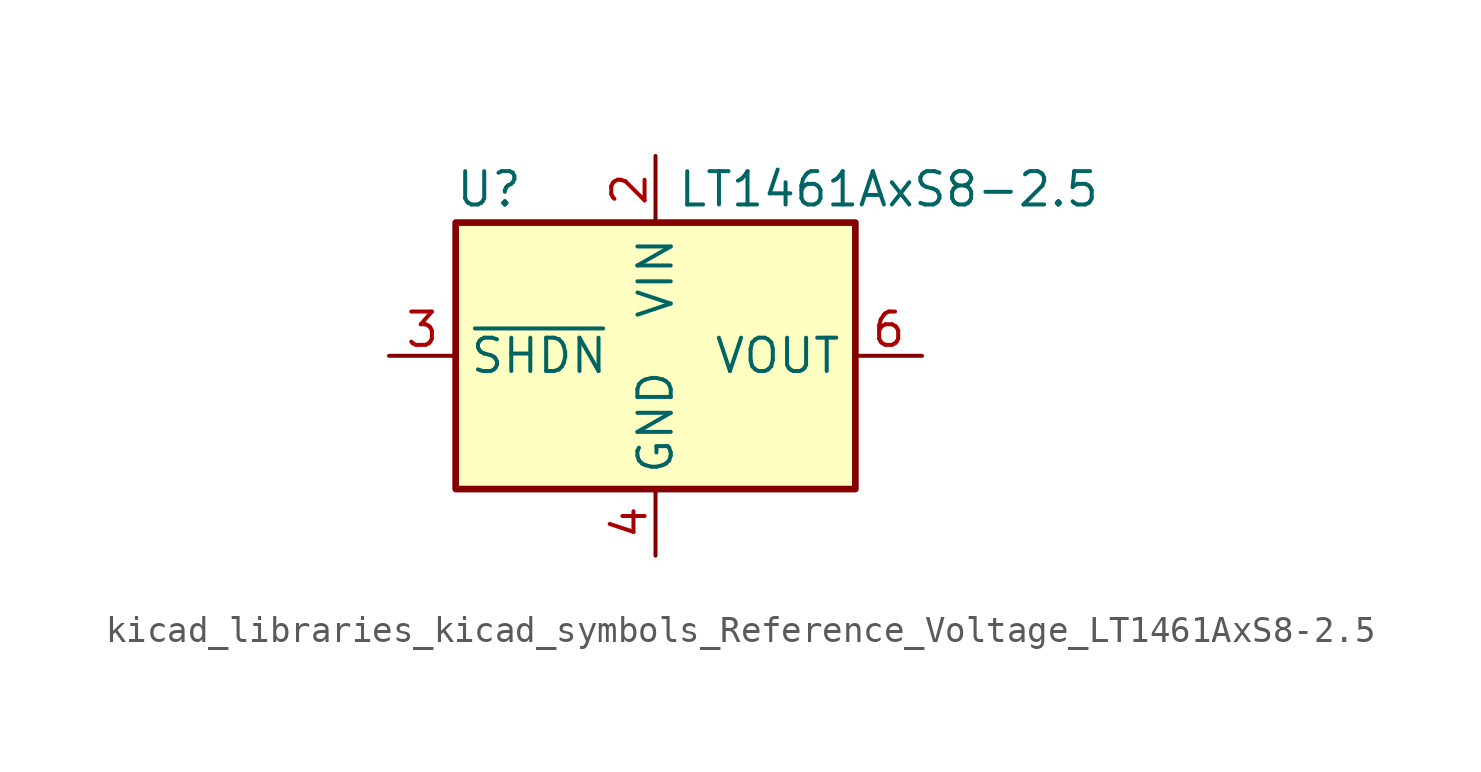
<source format=kicad_sym>
(kicad_symbol_lib
  (version 20220914)
  (generator kicad_symbol_editor)
  (symbol "kicad_libraries_kicad_symbols_Reference_Voltage_LT1461AxS8-2.5"
    (property "Reference" "U"
      (at -6.35 6.35 0)
      (effects (font (size 1.27 1.27))))
    (property "Value" "LT1461AxS8-2.5"
      (at 8.89 6.35 0)
      (effects (font (size 1.27 1.27))))
    (symbol "kicad_libraries_kicad_symbols_Reference_Voltage_LT1461AxS8-2.5_1_1"
      (rectangle (start -7.62 5.08) (end 7.62 -5.08) (stroke (width 0.254) (type default)) (fill (type background)))
      (pin no_connect line (at 7.62 -2.54 180) (length 2.54) hide (name "DNC" (effects (font (size 1.27 1.27)))) (number "1" (effects (font (size 1.27 1.27)))))
      (pin power_in line (at 0 7.62 270) (length 2.54) (name "VIN" (effects (font (size 1.27 1.27)))) (number "2" (effects (font (size 1.27 1.27)))))
      (pin input line (at -10.16 0 0) (length 2.54) (name "~{SHDN}" (effects (font (size 1.27 1.27)))) (number "3" (effects (font (size 1.27 1.27)))))
      (pin power_in line (at 0 -7.62 90) (length 2.54) (name "GND" (effects (font (size 1.27 1.27)))) (number "4" (effects (font (size 1.27 1.27)))))
      (pin no_connect line (at -7.62 -2.54 0) (length 2.54) hide (name "DNC" (effects (font (size 1.27 1.27)))) (number "5" (effects (font (size 1.27 1.27)))))
      (pin power_out line (at 10.16 0 180) (length 2.54) (name "VOUT" (effects (font (size 1.27 1.27)))) (number "6" (effects (font (size 1.27 1.27)))))
      (pin no_connect line (at -7.62 2.54 0) (length 2.54) hide (name "DNC" (effects (font (size 1.27 1.27)))) (number "7" (effects (font (size 1.27 1.27)))))
      (pin no_connect line (at 7.62 2.54 180) (length 2.54) hide (name "DNC" (effects (font (size 1.27 1.27)))) (number "8" (effects (font (size 1.27 1.27))))))))
</source>
